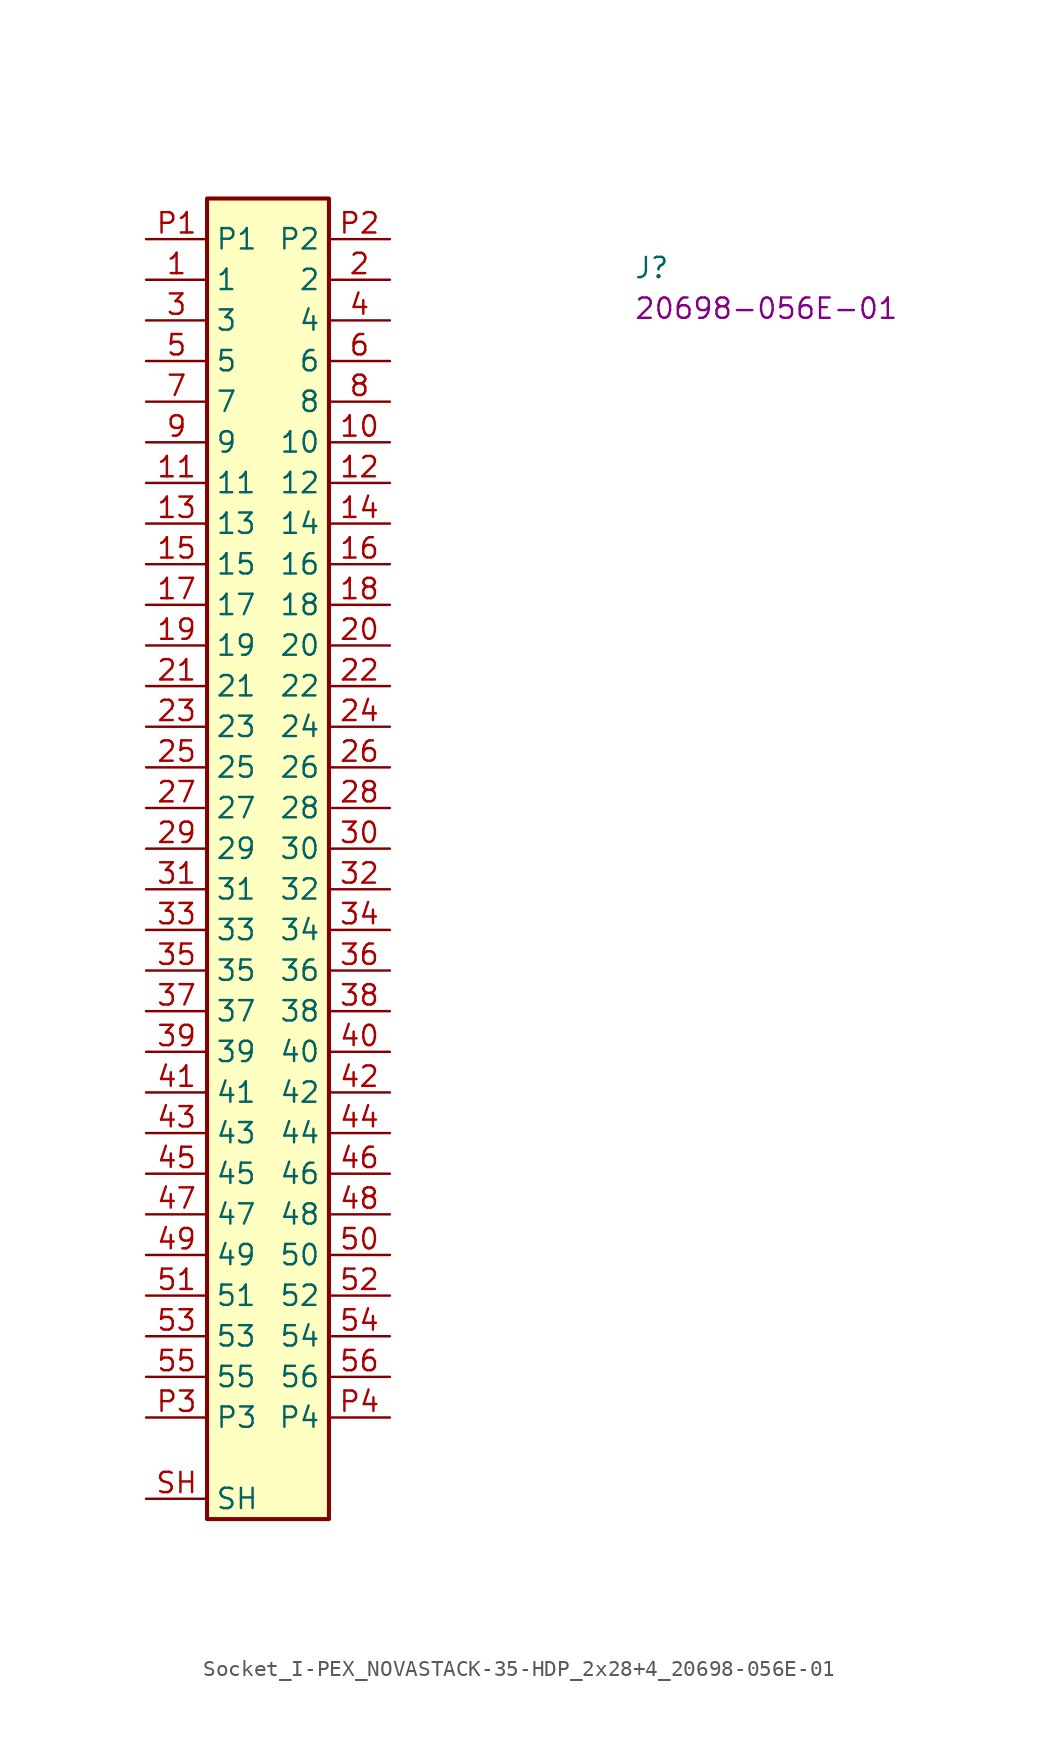
<source format=kicad_sym>
(kicad_symbol_lib
  (version 20220914)
  (generator kicad_symbol_editor)
  (symbol "Socket_I-PEX_NOVASTACK-35-HDP_2x28+4_20698-056E-01"
    (property "Reference" "J"
      (at 30.48 -2.54 0)
      (effects (font (size 1.27 1.27) (thickness 0.15)) (justify left bottom)))
    (property "MPN" "20698-056E-01"
      (at 30.48 -5.08 0)
      (effects (font (size 1.27 1.27) (thickness 0.15)) (justify left bottom)))
    (symbol "Socket_I-PEX_NOVASTACK-35-HDP_2x28+4_20698-056E-01_1_1"
      (rectangle (start 3.81 2.54) (end 11.43 -80.01) (stroke (width 0.254) (type default)) (fill (type background)))
      (pin passive line (at 0 -2.54 0) (length 3.81) (name "1" (effects (font (size 1.27 1.27)))) (number "1" (effects (font (size 1.27 1.27)))))
      (pin passive line (at 15.24 -12.7 180) (length 3.81) (name "10" (effects (font (size 1.27 1.27)))) (number "10" (effects (font (size 1.27 1.27)))))
      (pin passive line (at 0 -15.24 0) (length 3.81) (name "11" (effects (font (size 1.27 1.27)))) (number "11" (effects (font (size 1.27 1.27)))))
      (pin passive line (at 15.24 -15.24 180) (length 3.81) (name "12" (effects (font (size 1.27 1.27)))) (number "12" (effects (font (size 1.27 1.27)))))
      (pin passive line (at 0 -17.78 0) (length 3.81) (name "13" (effects (font (size 1.27 1.27)))) (number "13" (effects (font (size 1.27 1.27)))))
      (pin passive line (at 15.24 -17.78 180) (length 3.81) (name "14" (effects (font (size 1.27 1.27)))) (number "14" (effects (font (size 1.27 1.27)))))
      (pin passive line (at 0 -20.32 0) (length 3.81) (name "15" (effects (font (size 1.27 1.27)))) (number "15" (effects (font (size 1.27 1.27)))))
      (pin passive line (at 15.24 -20.32 180) (length 3.81) (name "16" (effects (font (size 1.27 1.27)))) (number "16" (effects (font (size 1.27 1.27)))))
      (pin passive line (at 0 -22.86 0) (length 3.81) (name "17" (effects (font (size 1.27 1.27)))) (number "17" (effects (font (size 1.27 1.27)))))
      (pin passive line (at 15.24 -22.86 180) (length 3.81) (name "18" (effects (font (size 1.27 1.27)))) (number "18" (effects (font (size 1.27 1.27)))))
      (pin passive line (at 0 -25.4 0) (length 3.81) (name "19" (effects (font (size 1.27 1.27)))) (number "19" (effects (font (size 1.27 1.27)))))
      (pin passive line (at 15.24 -2.54 180) (length 3.81) (name "2" (effects (font (size 1.27 1.27)))) (number "2" (effects (font (size 1.27 1.27)))))
      (pin passive line (at 15.24 -25.4 180) (length 3.81) (name "20" (effects (font (size 1.27 1.27)))) (number "20" (effects (font (size 1.27 1.27)))))
      (pin passive line (at 0 -27.94 0) (length 3.81) (name "21" (effects (font (size 1.27 1.27)))) (number "21" (effects (font (size 1.27 1.27)))))
      (pin passive line (at 15.24 -27.94 180) (length 3.81) (name "22" (effects (font (size 1.27 1.27)))) (number "22" (effects (font (size 1.27 1.27)))))
      (pin passive line (at 0 -30.48 0) (length 3.81) (name "23" (effects (font (size 1.27 1.27)))) (number "23" (effects (font (size 1.27 1.27)))))
      (pin passive line (at 15.24 -30.48 180) (length 3.81) (name "24" (effects (font (size 1.27 1.27)))) (number "24" (effects (font (size 1.27 1.27)))))
      (pin passive line (at 0 -33.02 0) (length 3.81) (name "25" (effects (font (size 1.27 1.27)))) (number "25" (effects (font (size 1.27 1.27)))))
      (pin passive line (at 15.24 -33.02 180) (length 3.81) (name "26" (effects (font (size 1.27 1.27)))) (number "26" (effects (font (size 1.27 1.27)))))
      (pin passive line (at 0 -35.56 0) (length 3.81) (name "27" (effects (font (size 1.27 1.27)))) (number "27" (effects (font (size 1.27 1.27)))))
      (pin passive line (at 15.24 -35.56 180) (length 3.81) (name "28" (effects (font (size 1.27 1.27)))) (number "28" (effects (font (size 1.27 1.27)))))
      (pin passive line (at 0 -38.1 0) (length 3.81) (name "29" (effects (font (size 1.27 1.27)))) (number "29" (effects (font (size 1.27 1.27)))))
      (pin passive line (at 0 -5.08 0) (length 3.81) (name "3" (effects (font (size 1.27 1.27)))) (number "3" (effects (font (size 1.27 1.27)))))
      (pin passive line (at 15.24 -38.1 180) (length 3.81) (name "30" (effects (font (size 1.27 1.27)))) (number "30" (effects (font (size 1.27 1.27)))))
      (pin passive line (at 0 -40.64 0) (length 3.81) (name "31" (effects (font (size 1.27 1.27)))) (number "31" (effects (font (size 1.27 1.27)))))
      (pin passive line (at 15.24 -40.64 180) (length 3.81) (name "32" (effects (font (size 1.27 1.27)))) (number "32" (effects (font (size 1.27 1.27)))))
      (pin passive line (at 0 -43.18 0) (length 3.81) (name "33" (effects (font (size 1.27 1.27)))) (number "33" (effects (font (size 1.27 1.27)))))
      (pin passive line (at 15.24 -43.18 180) (length 3.81) (name "34" (effects (font (size 1.27 1.27)))) (number "34" (effects (font (size 1.27 1.27)))))
      (pin passive line (at 0 -45.72 0) (length 3.81) (name "35" (effects (font (size 1.27 1.27)))) (number "35" (effects (font (size 1.27 1.27)))))
      (pin passive line (at 15.24 -45.72 180) (length 3.81) (name "36" (effects (font (size 1.27 1.27)))) (number "36" (effects (font (size 1.27 1.27)))))
      (pin passive line (at 0 -48.26 0) (length 3.81) (name "37" (effects (font (size 1.27 1.27)))) (number "37" (effects (font (size 1.27 1.27)))))
      (pin passive line (at 15.24 -48.26 180) (length 3.81) (name "38" (effects (font (size 1.27 1.27)))) (number "38" (effects (font (size 1.27 1.27)))))
      (pin passive line (at 0 -50.8 0) (length 3.81) (name "39" (effects (font (size 1.27 1.27)))) (number "39" (effects (font (size 1.27 1.27)))))
      (pin passive line (at 15.24 -5.08 180) (length 3.81) (name "4" (effects (font (size 1.27 1.27)))) (number "4" (effects (font (size 1.27 1.27)))))
      (pin passive line (at 15.24 -50.8 180) (length 3.81) (name "40" (effects (font (size 1.27 1.27)))) (number "40" (effects (font (size 1.27 1.27)))))
      (pin passive line (at 0 -53.34 0) (length 3.81) (name "41" (effects (font (size 1.27 1.27)))) (number "41" (effects (font (size 1.27 1.27)))))
      (pin passive line (at 15.24 -53.34 180) (length 3.81) (name "42" (effects (font (size 1.27 1.27)))) (number "42" (effects (font (size 1.27 1.27)))))
      (pin passive line (at 0 -55.88 0) (length 3.81) (name "43" (effects (font (size 1.27 1.27)))) (number "43" (effects (font (size 1.27 1.27)))))
      (pin passive line (at 15.24 -55.88 180) (length 3.81) (name "44" (effects (font (size 1.27 1.27)))) (number "44" (effects (font (size 1.27 1.27)))))
      (pin passive line (at 0 -58.42 0) (length 3.81) (name "45" (effects (font (size 1.27 1.27)))) (number "45" (effects (font (size 1.27 1.27)))))
      (pin passive line (at 15.24 -58.42 180) (length 3.81) (name "46" (effects (font (size 1.27 1.27)))) (number "46" (effects (font (size 1.27 1.27)))))
      (pin passive line (at 0 -60.96 0) (length 3.81) (name "47" (effects (font (size 1.27 1.27)))) (number "47" (effects (font (size 1.27 1.27)))))
      (pin passive line (at 15.24 -60.96 180) (length 3.81) (name "48" (effects (font (size 1.27 1.27)))) (number "48" (effects (font (size 1.27 1.27)))))
      (pin passive line (at 0 -63.5 0) (length 3.81) (name "49" (effects (font (size 1.27 1.27)))) (number "49" (effects (font (size 1.27 1.27)))))
      (pin passive line (at 0 -7.62 0) (length 3.81) (name "5" (effects (font (size 1.27 1.27)))) (number "5" (effects (font (size 1.27 1.27)))))
      (pin passive line (at 15.24 -63.5 180) (length 3.81) (name "50" (effects (font (size 1.27 1.27)))) (number "50" (effects (font (size 1.27 1.27)))))
      (pin passive line (at 0 -66.04 0) (length 3.81) (name "51" (effects (font (size 1.27 1.27)))) (number "51" (effects (font (size 1.27 1.27)))))
      (pin passive line (at 15.24 -66.04 180) (length 3.81) (name "52" (effects (font (size 1.27 1.27)))) (number "52" (effects (font (size 1.27 1.27)))))
      (pin passive line (at 0 -68.58 0) (length 3.81) (name "53" (effects (font (size 1.27 1.27)))) (number "53" (effects (font (size 1.27 1.27)))))
      (pin passive line (at 15.24 -68.58 180) (length 3.81) (name "54" (effects (font (size 1.27 1.27)))) (number "54" (effects (font (size 1.27 1.27)))))
      (pin passive line (at 0 -71.12 0) (length 3.81) (name "55" (effects (font (size 1.27 1.27)))) (number "55" (effects (font (size 1.27 1.27)))))
      (pin passive line (at 15.24 -71.12 180) (length 3.81) (name "56" (effects (font (size 1.27 1.27)))) (number "56" (effects (font (size 1.27 1.27)))))
      (pin passive line (at 15.24 -7.62 180) (length 3.81) (name "6" (effects (font (size 1.27 1.27)))) (number "6" (effects (font (size 1.27 1.27)))))
      (pin passive line (at 0 -10.16 0) (length 3.81) (name "7" (effects (font (size 1.27 1.27)))) (number "7" (effects (font (size 1.27 1.27)))))
      (pin passive line (at 15.24 -10.16 180) (length 3.81) (name "8" (effects (font (size 1.27 1.27)))) (number "8" (effects (font (size 1.27 1.27)))))
      (pin passive line (at 0 -12.7 0) (length 3.81) (name "9" (effects (font (size 1.27 1.27)))) (number "9" (effects (font (size 1.27 1.27)))))
      (pin passive line (at 0 0 0) (length 3.81) (name "P1" (effects (font (size 1.27 1.27)))) (number "P1" (effects (font (size 1.27 1.27)))))
      (pin passive line (at 15.24 0 180) (length 3.81) (name "P2" (effects (font (size 1.27 1.27)))) (number "P2" (effects (font (size 1.27 1.27)))))
      (pin passive line (at 0 -73.66 0) (length 3.81) (name "P3" (effects (font (size 1.27 1.27)))) (number "P3" (effects (font (size 1.27 1.27)))))
      (pin passive line (at 15.24 -73.66 180) (length 3.81) (name "P4" (effects (font (size 1.27 1.27)))) (number "P4" (effects (font (size 1.27 1.27)))))
      (pin passive line (at 0 -78.74 0) (length 3.81) (name "SH" (effects (font (size 1.27 1.27)))) (number "SH" (effects (font (size 1.27 1.27))))))))
</source>
